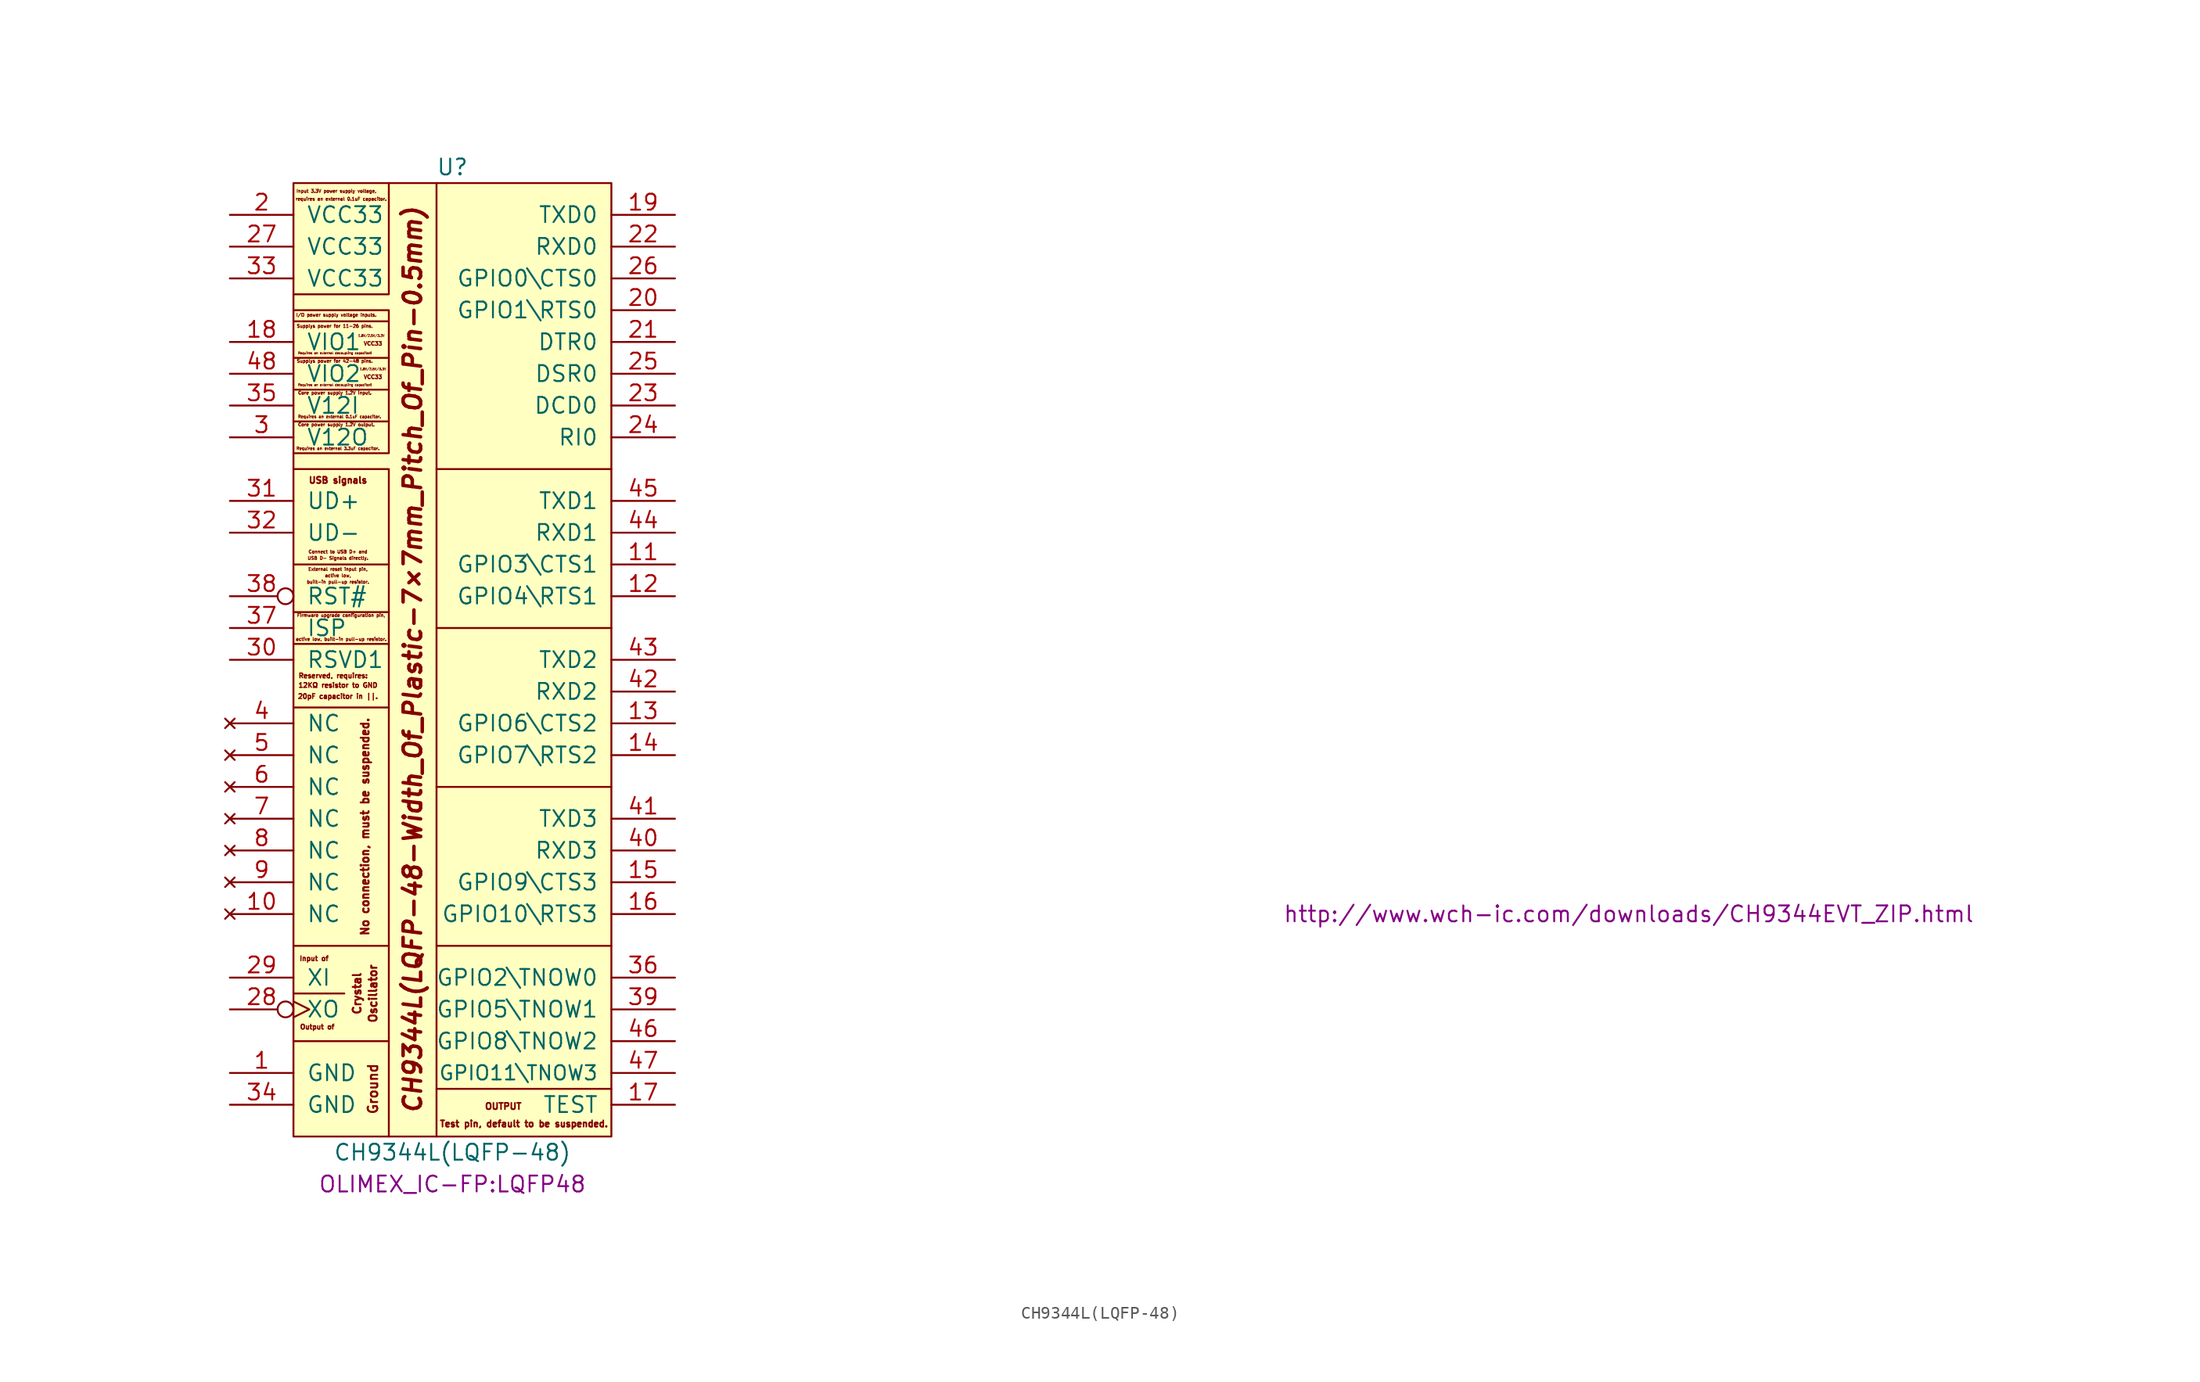
<source format=kicad_sym>
(kicad_symbol_lib
  (version 20220914)
  (generator kicad_symbol_editor)
  (symbol "CH9344L(LQFP-48)"
    (pin_names
      (offset 1.016))
    (property "Reference" "U"
      (at 0 41.91 0)
      (effects (font (size 1.27 1.27))))
    (property "Value" "CH9344L(LQFP-48)"
      (at 0 -36.83 0)
      (effects (font (size 1.27 1.27))))
    (property "Footprint" "OLIMEX_IC-FP:LQFP48"
      (at 0 -39.37 0)
      (effects (font (size 1.27 1.27))))
    (property "Datasheet" "http://www.wch-ic.com/downloads/CH9344EVT_ZIP.html"
      (at 93.98 -17.78 0)
      (effects (font (size 1.27 1.27))))
    (symbol "CH9344L(LQFP-48)_0_0"
      (polyline (pts (xy -12.7 29.591) (xy -5.08 29.591)) (stroke (width 0) (type solid)) (fill (type none)))
      (polyline (pts (xy -5.08 6.35) (xy -5.08 3.81)) (stroke (width 0) (type solid)) (fill (type none)))
      (polyline (pts (xy -12.7 31.75) (xy -5.08 31.75) (xy -5.08 40.64)) (stroke (width 0) (type solid)) (fill (type none)))
      (polyline (pts (xy -5.08 -1.27) (xy -5.08 -20.32) (xy -12.7 -20.32)) (stroke (width 0) (type solid)) (fill (type none)))
      (polyline (pts (xy -5.08 10.16) (xy -5.08 6.35) (xy -12.7 6.35)) (stroke (width 0) (type solid)) (fill (type none)))
      (polyline (pts (xy -5.08 21.59) (xy -5.08 24.13) (xy -12.7 24.13)) (stroke (width 0) (type solid)) (fill (type none)))
      (polyline (pts (xy -5.08 24.13) (xy -5.08 30.48) (xy -12.7 30.48)) (stroke (width 0) (type solid)) (fill (type none)))
      (polyline (pts (xy -12.7 3.81) (xy -5.08 3.81) (xy -5.08 -1.27) (xy -12.7 -1.27)) (stroke (width 0) (type solid)) (fill (type none)))
      (polyline (pts (xy -12.7 17.78) (xy -5.08 17.78) (xy -5.08 10.16) (xy -12.7 10.16)) (stroke (width 0) (type solid)) (fill (type none)))
      (polyline (pts (xy -12.7 21.59) (xy -5.08 21.59) (xy -5.08 20.32) (xy -5.08 19.05) (xy -12.7 19.05)) (stroke (width 0) (type solid)) (fill (type none)))
      (text "1.8V/2.5V/3.3V" (at -6.477 28.448 0) (effects (font (size 0.178 0.178))))
      (text "1.8V/2.5V/3.3V" (at -6.35 25.781 0) (effects (font (size 0.178 0.178))))
      (text "12KΩ resistor to GND" (at -9.144 0.508 0) (effects (font (size 0.381 0.381))))
      (text "20pF capacitor in ||." (at -9.144 -0.381 0) (effects (font (size 0.381 0.381))))
      (text "active low," (at -9.144 9.271 0) (effects (font (size 0.254 0.254))))
      (text "active low, built-in pull-up resistor." (at -8.89 4.191 0) (effects (font (size 0.254 0.254))))
      (text "built-in pull-up resistor." (at -9.144 8.763 0) (effects (font (size 0.254 0.254))))
      (text "Connect to USB D+ and" (at -9.144 11.176 0) (effects (font (size 0.254 0.254))))
      (text "Core power supply 1.2V input." (at -9.398 23.876 0) (effects (font (size 0.254 0.254))))
      (text "Core power supply 1.2V output." (at -9.271 21.336 0) (effects (font (size 0.254 0.254))))
      (text "External reset input pin," (at -9.144 9.779 0) (effects (font (size 0.254 0.254))))
      (text "Firmware upgrade configuration pin," (at -8.89 6.096 0) (effects (font (size 0.254 0.254))))
      (text "I/O power supply voltage inputs." (at -9.271 30.099 0) (effects (font (size 0.254 0.254))))
      (text "Input 3.3V power supply voltage," (at -9.271 40.005 0) (effects (font (size 0.254 0.254))))
      (text "Input of" (at -11.049 -21.336 0) (effects (font (size 0.381 0.381))))
      (text "OUTPUT" (at 4.064 -33.147 0) (effects (font (size 0.508 0.508))))
      (text "Output of" (at -10.795 -26.797 0) (effects (font (size 0.381 0.381))))
      (text "Requires an external 0.1uF capacitor." (at -9.017 21.971 0) (effects (font (size 0.229 0.229))))
      (text "requires an external 0.1uF capacitor." (at -8.89 39.37 0) (effects (font (size 0.254 0.254))))
      (text "Requires an external 3.3uF capacitor." (at -9.144 19.431 0) (effects (font (size 0.229 0.229))))
      (text "Requires an external decoupling capacitor!" (at -9.398 24.511 0) (effects (font (size 0.178 0.178))))
      (text "Requires an external decoupling capacitor!" (at -9.398 27.051 0) (effects (font (size 0.178 0.178))))
      (text "Reserved, requires:" (at -9.525 1.27 0) (effects (font (size 0.381 0.381))))
      (text "Supplys power for 11-26 pins." (at -9.398 29.21 0) (effects (font (size 0.254 0.254))))
      (text "Supplys power for 42-48 pins." (at -9.398 26.416 0) (effects (font (size 0.254 0.254))))
      (text "Test pin, default to be suspended." (at 5.715 -34.544 0) (effects (font (size 0.508 0.508))))
      (text "USB D- Signals directly." (at -9.144 10.668 0) (effects (font (size 0.254 0.254))))
      (text "USB signals" (at -9.144 16.891 0) (effects (font (size 0.508 0.508))))
      (text "VCC33" (at -6.35 25.146 0) (effects (font (size 0.305 0.305))))
      (text "VCC33" (at -6.35 27.813 0) (effects (font (size 0.305 0.305)))))
    (symbol "CH9344L(LQFP-48)_0_1"
      (rectangle (start -12.7 40.64) (end 12.7 -35.56) (stroke (width 0) (type solid)) (fill (type background))))
    (symbol "CH9344L(LQFP-48)_1_1"
      (polyline (pts (xy -12.7 -24.13) (xy -8.636 -24.13)) (stroke (width 0) (type solid)) (fill (type none)))
      (polyline (pts (xy -5.08 -27.94) (xy -5.08 -35.56)) (stroke (width 0) (type solid)) (fill (type none)))
      (polyline (pts (xy -5.08 26.67) (xy -12.7 26.67)) (stroke (width 0) (type solid)) (fill (type none)))
      (polyline (pts (xy -1.27 40.64) (xy -1.27 -35.56)) (stroke (width 0) (type solid)) (fill (type none)))
      (polyline (pts (xy 12.7 -31.75) (xy -1.27 -31.75)) (stroke (width 0) (type solid)) (fill (type none)))
      (polyline (pts (xy 12.7 -20.32) (xy -1.27 -20.32)) (stroke (width 0) (type solid)) (fill (type none)))
      (polyline (pts (xy 12.7 -7.62) (xy -1.27 -7.62)) (stroke (width 0) (type solid)) (fill (type none)))
      (polyline (pts (xy 12.7 5.08) (xy -1.27 5.08)) (stroke (width 0) (type solid)) (fill (type none)))
      (polyline (pts (xy 12.7 17.78) (xy -1.27 17.78)) (stroke (width 0) (type solid)) (fill (type none)))
      (polyline (pts (xy -5.08 -20.32) (xy -5.08 -27.94) (xy -12.7 -27.94)) (stroke (width 0) (type solid)) (fill (type none)))
      (text "CH9344L(LQFP-48-Width_Of_Plastic-7×7mm_Pitch_Of_Pin-0.5mm)" (at -3.175 2.54 900) (effects (font (size 1.397 1.397) bold italic)))
      (text "Crystal" (at -7.62 -24.13 900) (effects (font (size 0.635 0.635))))
      (text "Ground" (at -6.35 -31.75 900) (effects (font (size 0.762 0.762))))
      (text "No connection, must be suspended." (at -6.985 -10.795 900) (effects (font (size 0.635 0.635))))
      (text "Oscillator" (at -6.35 -24.13 900) (effects (font (size 0.635 0.635))))
      (pin power_in line (at -17.78 -30.48 0) (length 5.08) (name "GND" (effects (font (size 1.27 1.27)))) (number "1" (effects (font (size 1.27 1.27)))))
      (pin no_connect line (at -17.78 -17.78 0) (length 5.08) (name "NC" (effects (font (size 1.27 1.27)))) (number "10" (effects (font (size 1.27 1.27)))))
      (pin bidirectional line (at 17.78 10.16 180) (length 5.08) (name "GPIO3\\CTS1" (effects (font (size 1.27 1.27)))) (number "11" (effects (font (size 1.27 1.27)))))
      (pin bidirectional line (at 17.78 7.62 180) (length 5.08) (name "GPIO4\\RTS1" (effects (font (size 1.27 1.27)))) (number "12" (effects (font (size 1.27 1.27)))))
      (pin bidirectional line (at 17.78 -2.54 180) (length 5.08) (name "GPIO6\\CTS2" (effects (font (size 1.27 1.27)))) (number "13" (effects (font (size 1.27 1.27)))))
      (pin bidirectional line (at 17.78 -5.08 180) (length 5.08) (name "GPIO7\\RTS2" (effects (font (size 1.27 1.27)))) (number "14" (effects (font (size 1.27 1.27)))))
      (pin bidirectional line (at 17.78 -15.24 180) (length 5.08) (name "GPIO9\\CTS3" (effects (font (size 1.27 1.27)))) (number "15" (effects (font (size 1.27 1.27)))))
      (pin bidirectional line (at 17.78 -17.78 180) (length 5.08) (name "GPIO10\\RTS3" (effects (font (size 1.27 1.27)))) (number "16" (effects (font (size 1.27 1.27)))))
      (pin output line (at 17.78 -33.02 180) (length 5.08) (name "TEST" (effects (font (size 1.27 1.27)))) (number "17" (effects (font (size 1.27 1.27)))))
      (pin power_in line (at -17.78 27.94 0) (length 5.08) (name "VIO1" (effects (font (size 1.27 1.27)))) (number "18" (effects (font (size 1.27 1.27)))))
      (pin output line (at 17.78 38.1 180) (length 5.08) (name "TXD0" (effects (font (size 1.27 1.27)))) (number "19" (effects (font (size 1.27 1.27)))))
      (pin power_in line (at -17.78 38.1 0) (length 5.08) (name "VCC33" (effects (font (size 1.27 1.27)))) (number "2" (effects (font (size 1.27 1.27)))))
      (pin bidirectional line (at 17.78 30.48 180) (length 5.08) (name "GPIO1\\RTS0" (effects (font (size 1.27 1.27)))) (number "20" (effects (font (size 1.27 1.27)))))
      (pin output line (at 17.78 27.94 180) (length 5.08) (name "DTR0" (effects (font (size 1.27 1.27)))) (number "21" (effects (font (size 1.27 1.27)))))
      (pin input line (at 17.78 35.56 180) (length 5.08) (name "RXD0" (effects (font (size 1.27 1.27)))) (number "22" (effects (font (size 1.27 1.27)))))
      (pin input line (at 17.78 22.86 180) (length 5.08) (name "DCD0" (effects (font (size 1.27 1.27)))) (number "23" (effects (font (size 1.27 1.27)))))
      (pin input line (at 17.78 20.32 180) (length 5.08) (name "RI0" (effects (font (size 1.27 1.27)))) (number "24" (effects (font (size 1.27 1.27)))))
      (pin input line (at 17.78 25.4 180) (length 5.08) (name "DSR0" (effects (font (size 1.27 1.27)))) (number "25" (effects (font (size 1.27 1.27)))))
      (pin bidirectional line (at 17.78 33.02 180) (length 5.08) (name "GPIO0\\CTS0" (effects (font (size 1.27 1.27)))) (number "26" (effects (font (size 1.27 1.27)))))
      (pin power_in line (at -17.78 35.56 0) (length 5.08) (name "VCC33" (effects (font (size 1.27 1.27)))) (number "27" (effects (font (size 1.27 1.27)))))
      (pin output inverted_clock (at -17.78 -25.4 0) (length 5.08) (name "XO" (effects (font (size 1.27 1.27)))) (number "28" (effects (font (size 1.27 1.27)))))
      (pin input line (at -17.78 -22.86 0) (length 5.08) (name "XI" (effects (font (size 1.27 1.27)))) (number "29" (effects (font (size 1.27 1.27)))))
      (pin power_out line (at -17.78 20.32 0) (length 5.08) (name "V12O" (effects (font (size 1.27 1.27)))) (number "3" (effects (font (size 1.27 1.27)))))
      (pin input line (at -17.78 2.54 0) (length 5.08) (name "RSVD1" (effects (font (size 1.27 1.27)))) (number "30" (effects (font (size 1.27 1.27)))))
      (pin bidirectional line (at -17.78 15.24 0) (length 5.08) (name "UD+" (effects (font (size 1.27 1.27)))) (number "31" (effects (font (size 1.27 1.27)))))
      (pin bidirectional line (at -17.78 12.7 0) (length 5.08) (name "UD-" (effects (font (size 1.27 1.27)))) (number "32" (effects (font (size 1.27 1.27)))))
      (pin power_in line (at -17.78 33.02 0) (length 5.08) (name "VCC33" (effects (font (size 1.27 1.27)))) (number "33" (effects (font (size 1.27 1.27)))))
      (pin power_in line (at -17.78 -33.02 0) (length 5.08) (name "GND" (effects (font (size 1.27 1.27)))) (number "34" (effects (font (size 1.27 1.27)))))
      (pin power_in line (at -17.78 22.86 0) (length 5.08) (name "V12I" (effects (font (size 1.27 1.27)))) (number "35" (effects (font (size 1.27 1.27)))))
      (pin bidirectional line (at 17.78 -22.86 180) (length 5.08) (name "GPIO2\\TNOW0" (effects (font (size 1.27 1.27)))) (number "36" (effects (font (size 1.27 1.27)))))
      (pin input line (at -17.78 5.08 0) (length 5.08) (name "ISP" (effects (font (size 1.27 1.27)))) (number "37" (effects (font (size 1.27 1.27)))))
      (pin input inverted (at -17.78 7.62 0) (length 5.08) (name "RST#" (effects (font (size 1.27 1.27)))) (number "38" (effects (font (size 1.27 1.27)))))
      (pin bidirectional line (at 17.78 -25.4 180) (length 5.08) (name "GPIO5\\TNOW1" (effects (font (size 1.27 1.27)))) (number "39" (effects (font (size 1.27 1.27)))))
      (pin no_connect line (at -17.78 -2.54 0) (length 5.08) (name "NC" (effects (font (size 1.27 1.27)))) (number "4" (effects (font (size 1.27 1.27)))))
      (pin input line (at 17.78 -12.7 180) (length 5.08) (name "RXD3" (effects (font (size 1.27 1.27)))) (number "40" (effects (font (size 1.27 1.27)))))
      (pin output line (at 17.78 -10.16 180) (length 5.08) (name "TXD3" (effects (font (size 1.27 1.27)))) (number "41" (effects (font (size 1.27 1.27)))))
      (pin input line (at 17.78 0 180) (length 5.08) (name "RXD2" (effects (font (size 1.27 1.27)))) (number "42" (effects (font (size 1.27 1.27)))))
      (pin output line (at 17.78 2.54 180) (length 5.08) (name "TXD2" (effects (font (size 1.27 1.27)))) (number "43" (effects (font (size 1.27 1.27)))))
      (pin input line (at 17.78 12.7 180) (length 5.08) (name "RXD1" (effects (font (size 1.27 1.27)))) (number "44" (effects (font (size 1.27 1.27)))))
      (pin output line (at 17.78 15.24 180) (length 5.08) (name "TXD1" (effects (font (size 1.27 1.27)))) (number "45" (effects (font (size 1.27 1.27)))))
      (pin bidirectional line (at 17.78 -27.94 180) (length 5.08) (name "GPIO8\\TNOW2" (effects (font (size 1.27 1.27)))) (number "46" (effects (font (size 1.27 1.27)))))
      (pin bidirectional line (at 17.78 -30.48 180) (length 5.08) (name "GPIO11\\TNOW3" (effects (font (size 1.143 1.143)))) (number "47" (effects (font (size 1.27 1.27)))))
      (pin power_in line (at -17.78 25.4 0) (length 5.08) (name "VIO2" (effects (font (size 1.27 1.27)))) (number "48" (effects (font (size 1.27 1.27)))))
      (pin no_connect line (at -17.78 -5.08 0) (length 5.08) (name "NC" (effects (font (size 1.27 1.27)))) (number "5" (effects (font (size 1.27 1.27)))))
      (pin no_connect line (at -17.78 -7.62 0) (length 5.08) (name "NC" (effects (font (size 1.27 1.27)))) (number "6" (effects (font (size 1.27 1.27)))))
      (pin no_connect line (at -17.78 -10.16 0) (length 5.08) (name "NC" (effects (font (size 1.27 1.27)))) (number "7" (effects (font (size 1.27 1.27)))))
      (pin no_connect line (at -17.78 -12.7 0) (length 5.08) (name "NC" (effects (font (size 1.27 1.27)))) (number "8" (effects (font (size 1.27 1.27)))))
      (pin no_connect line (at -17.78 -15.24 0) (length 5.08) (name "NC" (effects (font (size 1.27 1.27)))) (number "9" (effects (font (size 1.27 1.27))))))))
</source>
